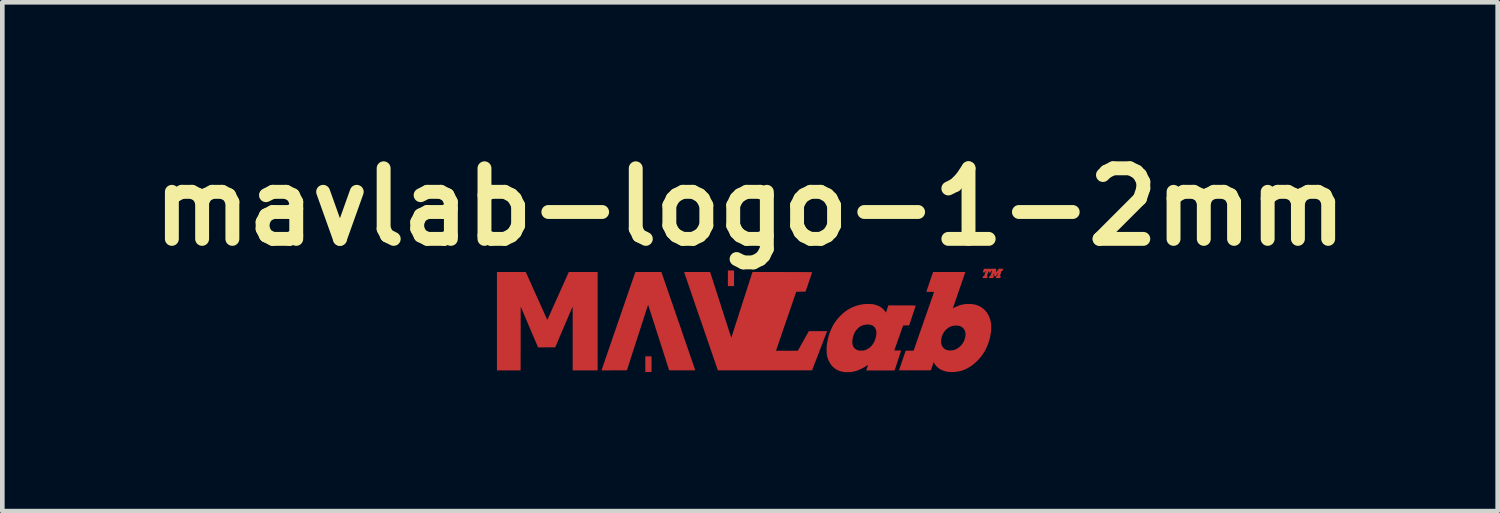
<source format=kicad_pcb>
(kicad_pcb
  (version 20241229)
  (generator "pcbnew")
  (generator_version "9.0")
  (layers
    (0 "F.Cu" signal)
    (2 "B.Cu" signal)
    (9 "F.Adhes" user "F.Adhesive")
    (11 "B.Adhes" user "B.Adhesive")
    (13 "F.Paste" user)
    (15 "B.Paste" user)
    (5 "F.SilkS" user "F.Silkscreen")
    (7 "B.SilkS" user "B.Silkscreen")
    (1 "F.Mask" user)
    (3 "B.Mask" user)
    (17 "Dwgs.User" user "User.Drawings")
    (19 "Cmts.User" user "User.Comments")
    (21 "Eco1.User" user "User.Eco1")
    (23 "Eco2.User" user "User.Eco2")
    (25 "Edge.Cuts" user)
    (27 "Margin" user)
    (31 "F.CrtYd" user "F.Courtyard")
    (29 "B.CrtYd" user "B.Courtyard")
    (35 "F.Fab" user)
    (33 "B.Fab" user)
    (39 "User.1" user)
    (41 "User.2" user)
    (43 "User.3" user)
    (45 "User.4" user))
  (footprint "mavlab-logo-1-2mm"
    (layer "F.Cu")
    (at 13.143 3.868)
    (property "Reference" "mavlab-logo-1-2mm" (at 0 -2.45 0) (layer "F.SilkS") (effects (font (size 1.524 1.524) (thickness 0.3))))
    (attr through_hole)
    (pad "1" smd custom (at -5.25 -0.8) (size 0.3 0.3) (layers "F.Cu" "F.Mask") (options (anchor circle)) (primitives (gr_poly (pts (xy 1.955 1.874) (xy 1.426 1.874) (xy 1.426 1.175) (xy 1.426 1.118) (xy 1.426 1.063) (xy 1.426 1.009) (xy 1.426 0.957) (xy 1.426 0.906) (xy 1.426 0.858) (xy 1.426 0.811) (xy 1.426 0.767) (xy 1.426 0.725) (xy 1.426 0.686) (xy 1.426 0.649) (xy 1.426 0.616) (xy 1.426 0.586) (xy 1.426 0.559) (xy 1.425 0.535) (xy 1.425 0.516) (xy 1.425 0.5) (xy 1.425 0.488) (xy 1.425 0.48) (xy 1.425 0.477) (xy 1.425 0.477) (xy 1.424 0.479) (xy 1.421 0.486) (xy 1.417 0.496) (xy 1.411 0.51) (xy 1.404 0.527) (xy 1.395 0.547) (xy 1.385 0.571) (xy 1.373 0.597) (xy 1.361 0.626) (xy 1.347 0.658) (xy 1.333 0.692) (xy 1.317 0.728) (xy 1.301 0.766) (xy 1.284 0.805) (xy 1.267 0.846) (xy 1.249 0.889) (xy 1.232 0.927) (xy 1.041 1.376) (xy 0.677 1.377) (xy 0.485 0.927) (xy 0.294 0.477) (xy 0.292 1.874) (xy -0.209 1.874) (xy -0.209 -0.241) (xy 0.405 -0.241) (xy 0.635 0.272) (xy 0.656 0.318) (xy 0.676 0.363) (xy 0.696 0.407) (xy 0.715 0.45) (xy 0.734 0.491) (xy 0.751 0.53) (xy 0.768 0.567) (xy 0.784 0.602) (xy 0.798 0.635) (xy 0.812 0.665) (xy 0.824 0.693) (xy 0.835 0.717) (xy 0.845 0.739) (xy 0.853 0.757) (xy 0.86 0.771) (xy 0.865 0.782) (xy 0.868 0.79) (xy 0.87 0.793) (xy 0.87 0.793) (xy 0.874 0.801) (xy 0.877 0.793) (xy 0.879 0.79) (xy 0.882 0.783) (xy 0.886 0.773) (xy 0.893 0.758) (xy 0.901 0.741) (xy 0.91 0.719) (xy 0.921 0.695) (xy 0.933 0.668) (xy 0.947 0.638) (xy 0.961 0.606) (xy 0.977 0.571) (xy 0.993 0.534) (xy 1.011 0.495) (xy 1.029 0.454) (xy 1.048 0.412) (xy 1.068 0.368) (xy 1.088 0.323) (xy 1.109 0.277) (xy 1.111 0.272) (xy 1.34 -0.24) (xy 1.648 -0.241) (xy 1.955 -0.241) (xy 1.955 1.874)) (width 0.01) (fill yes))))
    (pad "1" smd custom (at -2.85 0.85) (size 0.3 0.3) (layers "F.Cu" "F.Mask") (options (anchor circle)) (primitives (gr_poly (pts (xy 0.936 -1.882) (xy 0.937 -1.879) (xy 0.94 -1.872) (xy 0.944 -1.861) (xy 0.949 -1.846) (xy 0.955 -1.827) (xy 0.963 -1.804) (xy 0.972 -1.778) (xy 0.982 -1.748) (xy 0.994 -1.715) (xy 1.006 -1.679) (xy 1.02 -1.64) (xy 1.034 -1.599) (xy 1.049 -1.554) (xy 1.066 -1.507) (xy 1.083 -1.457) (xy 1.101 -1.405) (xy 1.119 -1.351) (xy 1.139 -1.294) (xy 1.159 -1.236) (xy 1.18 -1.176) (xy 1.201 -1.114) (xy 1.223 -1.051) (xy 1.245 -0.987) (xy 1.268 -0.921) (xy 1.291 -0.854) (xy 1.299 -0.828) (xy 1.323 -0.761) (xy 1.346 -0.695) (xy 1.368 -0.63) (xy 1.39 -0.566) (xy 1.411 -0.504) (xy 1.432 -0.443) (xy 1.452 -0.384) (xy 1.472 -0.328) (xy 1.491 -0.273) (xy 1.509 -0.22) (xy 1.526 -0.17) (xy 1.543 -0.122) (xy 1.558 -0.076) (xy 1.573 -0.034) (xy 1.587 0.006) (xy 1.6 0.043) (xy 1.611 0.077) (xy 1.622 0.107) (xy 1.631 0.135) (xy 1.639 0.158) (xy 1.646 0.178) (xy 1.652 0.195) (xy 1.656 0.207) (xy 1.659 0.215) (xy 1.66 0.219) (xy 1.66 0.22) (xy 1.66 0.22) (xy 1.66 0.221) (xy 1.658 0.221) (xy 1.656 0.222) (xy 1.653 0.222) (xy 1.648 0.222) (xy 1.641 0.223) (xy 1.632 0.223) (xy 1.621 0.223) (xy 1.608 0.223) (xy 1.592 0.223) (xy 1.573 0.223) (xy 1.551 0.223) (xy 1.525 0.223) (xy 1.496 0.223) (xy 1.463 0.223) (xy 1.426 0.223) (xy 1.385 0.223) (xy 1.108 0.223) (xy 0.88 -0.49) (xy 0.862 -0.545) (xy 0.844 -0.6) (xy 0.827 -0.653) (xy 0.811 -0.705) (xy 0.795 -0.755) (xy 0.779 -0.804) (xy 0.764 -0.85) (xy 0.75 -0.895) (xy 0.736 -0.937) (xy 0.723 -0.976) (xy 0.712 -1.013) (xy 0.701 -1.047) (xy 0.69 -1.079) (xy 0.681 -1.107) (xy 0.673 -1.132) (xy 0.666 -1.153) (xy 0.66 -1.171) (xy 0.656 -1.185) (xy 0.653 -1.196) (xy 0.65 -1.202) (xy 0.65 -1.204) (xy 0.649 -1.202) (xy 0.647 -1.195) (xy 0.643 -1.185) (xy 0.639 -1.171) (xy 0.633 -1.153) (xy 0.626 -1.131) (xy 0.617 -1.106) (xy 0.608 -1.078) (xy 0.598 -1.047) (xy 0.587 -1.012) (xy 0.575 -0.975) (xy 0.562 -0.936) (xy 0.548 -0.894) (xy 0.534 -0.849) (xy 0.519 -0.803) (xy 0.503 -0.754) (xy 0.487 -0.704) (xy 0.47 -0.652) (xy 0.453 -0.599) (xy 0.435 -0.544) (xy 0.418 -0.491) (xy 0.188 0.223) (xy -0.081 0.223) (xy -0.35 0.224) (xy -0.345 0.208) (xy -0.344 0.205) (xy -0.341 0.198) (xy -0.337 0.186) (xy -0.332 0.171) (xy -0.325 0.151) (xy -0.317 0.128) (xy -0.308 0.102) (xy -0.298 0.072) (xy -0.286 0.039) (xy -0.274 0.002) (xy -0.26 -0.037) (xy -0.246 -0.079) (xy -0.23 -0.124) (xy -0.214 -0.171) (xy -0.197 -0.221) (xy -0.179 -0.274) (xy -0.16 -0.328) (xy -0.141 -0.384) (xy -0.121 -0.443) (xy -0.1 -0.503) (xy -0.079 -0.565) (xy -0.057 -0.628) (xy -0.035 -0.692) (xy -0.012 -0.758) (xy 0.011 -0.825) (xy 0.017 -0.842) (xy 0.04 -0.909) (xy 0.062 -0.975) (xy 0.085 -1.039) (xy 0.106 -1.103) (xy 0.128 -1.165) (xy 0.149 -1.225) (xy 0.169 -1.284) (xy 0.188 -1.34) (xy 0.207 -1.395) (xy 0.225 -1.447) (xy 0.242 -1.498) (xy 0.259 -1.545) (xy 0.274 -1.59) (xy 0.289 -1.633) (xy 0.303 -1.673) (xy 0.315 -1.709) (xy 0.327 -1.743) (xy 0.338 -1.773) (xy 0.347 -1.8) (xy 0.355 -1.824) (xy 0.362 -1.843) (xy 0.367 -1.859) (xy 0.371 -1.871) (xy 0.374 -1.879) (xy 0.376 -1.883) (xy 0.376 -1.884) (xy 0.379 -1.891) (xy 0.933 -1.891) (xy 0.936 -1.882)) (width 0.01) (fill yes))))
    (pad "1" smd custom (at -2.2 0.95) (size 0.1 0.1) (layers "F.Cu" "F.Mask") (options (anchor circle)) (primitives (gr_poly (pts (xy 0.069 0.158) (xy -0.056 0.158) (xy -0.056 -0.17) (xy 0.069 -0.17) (xy 0.069 0.158)) (width 0.01) (fill yes))))
    (pad "1" smd custom (at -1.05 -0.8) (size 0.3 0.3) (layers "F.Cu" "F.Mask") (options (anchor circle)) (primitives (gr_poly (pts (xy -0.147 -0.241) (xy -0.113 -0.241) (xy -0.09 -0.241) (xy 0.185 -0.24) (xy 0.415 0.475) (xy 0.432 0.531) (xy 0.45 0.585) (xy 0.467 0.639) (xy 0.484 0.691) (xy 0.5 0.741) (xy 0.516 0.789) (xy 0.531 0.836) (xy 0.545 0.88) (xy 0.559 0.922) (xy 0.571 0.962) (xy 0.583 0.999) (xy 0.594 1.033) (xy 0.605 1.064) (xy 0.614 1.092) (xy 0.622 1.117) (xy 0.629 1.139) (xy 0.635 1.157) (xy 0.639 1.171) (xy 0.643 1.181) (xy 0.645 1.187) (xy 0.646 1.189) (xy 0.646 1.187) (xy 0.649 1.18) (xy 0.652 1.17) (xy 0.657 1.155) (xy 0.663 1.137) (xy 0.67 1.115) (xy 0.678 1.09) (xy 0.687 1.062) (xy 0.697 1.03) (xy 0.708 0.996) (xy 0.72 0.958) (xy 0.733 0.918) (xy 0.747 0.876) (xy 0.761 0.832) (xy 0.776 0.785) (xy 0.792 0.737) (xy 0.808 0.686) (xy 0.825 0.634) (xy 0.842 0.581) (xy 0.86 0.526) (xy 0.876 0.475) (xy 0.894 0.42) (xy 0.911 0.365) (xy 0.929 0.312) (xy 0.945 0.26) (xy 0.961 0.21) (xy 0.977 0.161) (xy 0.992 0.115) (xy 1.006 0.07) (xy 1.02 0.028) (xy 1.033 -0.011) (xy 1.045 -0.048) (xy 1.056 -0.083) (xy 1.066 -0.114) (xy 1.075 -0.142) (xy 1.083 -0.167) (xy 1.09 -0.189) (xy 1.096 -0.207) (xy 1.101 -0.221) (xy 1.104 -0.231) (xy 1.106 -0.238) (xy 1.107 -0.239) (xy 1.11 -0.24) (xy 1.117 -0.24) (xy 1.129 -0.24) (xy 1.145 -0.24) (xy 1.166 -0.24) (xy 1.191 -0.241) (xy 1.22 -0.241) (xy 1.255 -0.241) (xy 1.293 -0.241) (xy 1.336 -0.241) (xy 1.383 -0.241) (xy 1.434 -0.241) (xy 1.49 -0.24) (xy 1.55 -0.24) (xy 1.614 -0.24) (xy 1.682 -0.24) (xy 1.748 -0.24) (xy 2.386 -0.238) (xy 2.316 -0.032) (xy 2.245 0.174) (xy 2.145 0.175) (xy 2.045 0.175) (xy 1.824 0.816) (xy 1.806 0.869) (xy 1.789 0.92) (xy 1.771 0.97) (xy 1.755 1.019) (xy 1.739 1.066) (xy 1.723 1.112) (xy 1.708 1.155) (xy 1.694 1.196) (xy 1.681 1.235) (xy 1.668 1.271) (xy 1.657 1.305) (xy 1.646 1.335) (xy 1.637 1.363) (xy 1.628 1.388) (xy 1.621 1.409) (xy 1.615 1.427) (xy 1.61 1.441) (xy 1.607 1.451) (xy 1.605 1.457) (xy 1.604 1.459) (xy 1.606 1.459) (xy 1.613 1.459) (xy 1.624 1.459) (xy 1.638 1.459) (xy 1.656 1.46) (xy 1.676 1.46) (xy 1.7 1.46) (xy 1.726 1.46) (xy 1.754 1.46) (xy 1.785 1.46) (xy 1.816 1.46) (xy 1.845 1.46) (xy 2.085 1.459) (xy 2.323 1.036) (xy 2.706 1.036) (xy 2.705 1.042) (xy 2.704 1.045) (xy 2.701 1.052) (xy 2.697 1.062) (xy 2.692 1.077) (xy 2.685 1.095) (xy 2.677 1.116) (xy 2.668 1.14) (xy 2.657 1.167) (xy 2.646 1.196) (xy 2.634 1.228) (xy 2.621 1.263) (xy 2.607 1.299) (xy 2.592 1.337) (xy 2.577 1.376) (xy 2.561 1.417) (xy 2.545 1.459) (xy 2.545 1.46) (xy 2.386 1.873) (xy 1.373 1.873) (xy 1.304 1.873) (xy 1.238 1.873) (xy 1.172 1.873) (xy 1.108 1.873) (xy 1.045 1.873) (xy 0.984 1.873) (xy 0.925 1.873) (xy 0.869 1.873) (xy 0.814 1.873) (xy 0.762 1.873) (xy 0.712 1.873) (xy 0.665 1.873) (xy 0.62 1.873) (xy 0.579 1.873) (xy 0.541 1.873) (xy 0.506 1.873) (xy 0.474 1.873) (xy 0.446 1.873) (xy 0.422 1.873) (xy 0.401 1.873) (xy 0.384 1.873) (xy 0.372 1.873) (xy 0.364 1.873) (xy 0.36 1.873) (xy 0.36 1.873) (xy 0.359 1.871) (xy 0.357 1.865) (xy 0.353 1.854) (xy 0.348 1.839) (xy 0.342 1.821) (xy 0.334 1.799) (xy 0.325 1.774) (xy 0.315 1.744) (xy 0.304 1.712) (xy 0.292 1.677) (xy 0.279 1.638) (xy 0.264 1.597) (xy 0.249 1.552) (xy 0.233 1.506) (xy 0.216 1.456) (xy 0.198 1.404) (xy 0.18 1.35) (xy 0.16 1.294) (xy 0.14 1.236) (xy 0.12 1.176) (xy 0.099 1.115) (xy 0.077 1.052) (xy 0.055 0.987) (xy 0.032 0.921) (xy 0.009 0.854) (xy -0.004 0.817) (xy -0.027 0.75) (xy -0.05 0.683) (xy -0.073 0.618) (xy -0.095 0.554) (xy -0.116 0.491) (xy -0.137 0.43) (xy -0.157 0.371) (xy -0.177 0.314) (xy -0.196 0.259) (xy -0.214 0.206) (xy -0.231 0.155) (xy -0.248 0.107) (xy -0.263 0.061) (xy -0.278 0.018) (xy -0.292 -0.022) (xy -0.305 -0.059) (xy -0.316 -0.093) (xy -0.327 -0.124) (xy -0.336 -0.152) (xy -0.344 -0.176) (xy -0.351 -0.196) (xy -0.357 -0.213) (xy -0.361 -0.226) (xy -0.364 -0.234) (xy -0.365 -0.239) (xy -0.366 -0.24) (xy -0.363 -0.24) (xy -0.356 -0.24) (xy -0.346 -0.24) (xy -0.331 -0.24) (xy -0.313 -0.241) (xy -0.292 -0.241) (xy -0.267 -0.241) (xy -0.241 -0.241) (xy -0.211 -0.241) (xy -0.18 -0.241) (xy -0.147 -0.241)) (width 0.01) (fill yes))))
    (pad "1" smd custom (at -0.4 -0.9) (size 0.1 0.1) (layers "F.Cu" "F.Mask") (options (anchor circle)) (primitives (gr_poly (pts (xy 0.05 0.153) (xy -0.073 0.154) (xy -0.073 -0.174) (xy 0.051 -0.174) (xy 0.05 0.153)) (width 0.01) (fill yes))))
    (pad "1" smd custom (at 2.85 0.85) (size 0.3 0.3) (layers "F.Cu" "F.Mask") (options (anchor circle)) (primitives (gr_poly (pts (xy -0.282 -1.2) (xy -0.262 -1.199) (xy -0.244 -1.199) (xy -0.229 -1.198) (xy -0.217 -1.197) (xy -0.213 -1.197) (xy -0.168 -1.189) (xy -0.126 -1.177) (xy -0.087 -1.163) (xy -0.052 -1.145) (xy -0.018 -1.123) (xy 0.012 -1.098) (xy 0.041 -1.069) (xy 0.067 -1.037) (xy 0.073 -1.028) (xy 0.078 -1.021) (xy 0.083 -1.014) (xy 0.086 -1.01) (xy 0.087 -1.009) (xy 0.088 -1.012) (xy 0.09 -1.018) (xy 0.094 -1.027) (xy 0.098 -1.039) (xy 0.103 -1.054) (xy 0.108 -1.071) (xy 0.114 -1.089) (xy 0.14 -1.169) (xy 0.431 -1.169) (xy 0.474 -1.169) (xy 0.512 -1.169) (xy 0.547 -1.169) (xy 0.577 -1.169) (xy 0.603 -1.169) (xy 0.627 -1.168) (xy 0.646 -1.168) (xy 0.663 -1.168) (xy 0.678 -1.168) (xy 0.689 -1.168) (xy 0.699 -1.168) (xy 0.706 -1.167) (xy 0.712 -1.167) (xy 0.716 -1.167) (xy 0.719 -1.166) (xy 0.72 -1.166) (xy 0.721 -1.165) (xy 0.721 -1.165) (xy 0.721 -1.165) (xy 0.72 -1.162) (xy 0.718 -1.155) (xy 0.715 -1.145) (xy 0.71 -1.131) (xy 0.704 -1.113) (xy 0.697 -1.093) (xy 0.69 -1.071) (xy 0.682 -1.046) (xy 0.673 -1.02) (xy 0.663 -0.991) (xy 0.654 -0.962) (xy 0.651 -0.954) (xy 0.582 -0.747) (xy 0.517 -0.747) (xy 0.453 -0.746) (xy 0.448 -0.733) (xy 0.444 -0.722) (xy 0.439 -0.708) (xy 0.433 -0.691) (xy 0.426 -0.672) (xy 0.418 -0.65) (xy 0.409 -0.625) (xy 0.4 -0.6) (xy 0.39 -0.572) (xy 0.38 -0.544) (xy 0.37 -0.515) (xy 0.359 -0.485) (xy 0.349 -0.455) (xy 0.338 -0.425) (xy 0.328 -0.396) (xy 0.318 -0.368) (xy 0.308 -0.341) (xy 0.299 -0.315) (xy 0.29 -0.291) (xy 0.283 -0.269) (xy 0.276 -0.249) (xy 0.27 -0.232) (xy 0.265 -0.219) (xy 0.261 -0.208) (xy 0.259 -0.201) (xy 0.258 -0.199) (xy 0.258 -0.198) (xy 0.26 -0.198) (xy 0.267 -0.198) (xy 0.276 -0.197) (xy 0.289 -0.197) (xy 0.304 -0.197) (xy 0.321 -0.197) (xy 0.332 -0.197) (xy 0.35 -0.197) (xy 0.366 -0.196) (xy 0.38 -0.196) (xy 0.392 -0.196) (xy 0.4 -0.196) (xy 0.405 -0.196) (xy 0.406 -0.196) (xy 0.405 -0.194) (xy 0.403 -0.187) (xy 0.4 -0.177) (xy 0.395 -0.164) (xy 0.39 -0.147) (xy 0.383 -0.127) (xy 0.376 -0.105) (xy 0.368 -0.081) (xy 0.359 -0.054) (xy 0.35 -0.026) (xy 0.34 0.004) (xy 0.337 0.015) (xy 0.268 0.225) (xy -0.034 0.225) (xy -0.071 0.226) (xy -0.106 0.226) (xy -0.14 0.226) (xy -0.173 0.226) (xy -0.203 0.225) (xy -0.23 0.225) (xy -0.255 0.225) (xy -0.278 0.225) (xy -0.297 0.225) (xy -0.312 0.225) (xy -0.324 0.225) (xy -0.332 0.225) (xy -0.335 0.224) (xy -0.335 0.224) (xy -0.335 0.222) (xy -0.332 0.215) (xy -0.329 0.206) (xy -0.325 0.194) (xy -0.32 0.179) (xy -0.314 0.164) (xy -0.313 0.16) (xy -0.307 0.144) (xy -0.302 0.13) (xy -0.297 0.117) (xy -0.294 0.107) (xy -0.291 0.1) (xy -0.29 0.097) (xy -0.29 0.097) (xy -0.292 0.098) (xy -0.298 0.101) (xy -0.305 0.106) (xy -0.315 0.112) (xy -0.321 0.116) (xy -0.37 0.147) (xy -0.417 0.173) (xy -0.462 0.196) (xy -0.506 0.216) (xy -0.549 0.232) (xy -0.592 0.244) (xy -0.634 0.253) (xy -0.659 0.257) (xy -0.673 0.259) (xy -0.69 0.26) (xy -0.709 0.261) (xy -0.729 0.262) (xy -0.75 0.262) (xy -0.769 0.262) (xy -0.785 0.261) (xy -0.799 0.261) (xy -0.799 0.261) (xy -0.845 0.254) (xy -0.889 0.244) (xy -0.931 0.23) (xy -0.969 0.212) (xy -1.005 0.191) (xy -1.037 0.166) (xy -1.068 0.138) (xy -1.095 0.105) (xy -1.11 0.084) (xy -1.131 0.049) (xy -1.149 0.013) (xy -1.164 -0.025) (xy -1.176 -0.065) (xy -1.185 -0.106) (xy -1.186 -0.116) (xy -1.188 -0.125) (xy -1.189 -0.133) (xy -1.189 -0.141) (xy -1.19 -0.151) (xy -1.19 -0.162) (xy -1.191 -0.175) (xy -1.191 -0.192) (xy -1.191 -0.213) (xy -1.191 -0.214) (xy -1.191 -0.242) (xy -1.19 -0.267) (xy -1.19 -0.287) (xy -1.189 -0.303) (xy -1.188 -0.312) (xy -1.177 -0.381) (xy -0.646 -0.381) (xy -0.644 -0.351) (xy -0.639 -0.323) (xy -0.639 -0.322) (xy -0.63 -0.295) (xy -0.618 -0.271) (xy -0.602 -0.25) (xy -0.582 -0.232) (xy -0.56 -0.218) (xy -0.534 -0.206) (xy -0.506 -0.198) (xy -0.487 -0.194) (xy -0.474 -0.193) (xy -0.459 -0.193) (xy -0.442 -0.193) (xy -0.425 -0.194) (xy -0.409 -0.195) (xy -0.395 -0.197) (xy -0.391 -0.198) (xy -0.357 -0.207) (xy -0.324 -0.221) (xy -0.292 -0.239) (xy -0.263 -0.26) (xy -0.235 -0.285) (xy -0.21 -0.314) (xy -0.187 -0.346) (xy -0.167 -0.38) (xy -0.15 -0.417) (xy -0.142 -0.44) (xy -0.132 -0.472) (xy -0.125 -0.504) (xy -0.12 -0.536) (xy -0.117 -0.566) (xy -0.117 -0.594) (xy -0.118 -0.604) (xy -0.123 -0.635) (xy -0.132 -0.662) (xy -0.144 -0.687) (xy -0.159 -0.708) (xy -0.177 -0.726) (xy -0.199 -0.741) (xy -0.224 -0.753) (xy -0.252 -0.761) (xy -0.274 -0.765) (xy -0.309 -0.767) (xy -0.345 -0.765) (xy -0.38 -0.76) (xy -0.414 -0.75) (xy -0.446 -0.737) (xy -0.447 -0.737) (xy -0.467 -0.727) (xy -0.484 -0.716) (xy -0.501 -0.703) (xy -0.519 -0.687) (xy -0.532 -0.675) (xy -0.552 -0.653) (xy -0.569 -0.632) (xy -0.584 -0.611) (xy -0.597 -0.587) (xy -0.601 -0.579) (xy -0.614 -0.547) (xy -0.626 -0.514) (xy -0.634 -0.481) (xy -0.641 -0.447) (xy -0.645 -0.413) (xy -0.646 -0.381) (xy -1.177 -0.381) (xy -1.176 -0.387) (xy -1.161 -0.459) (xy -1.143 -0.528) (xy -1.12 -0.595) (xy -1.094 -0.658) (xy -1.065 -0.719) (xy -1.031 -0.777) (xy -0.994 -0.832) (xy -0.954 -0.884) (xy -0.91 -0.933) (xy -0.895 -0.948) (xy -0.848 -0.992) (xy -0.8 -1.032) (xy -0.75 -1.068) (xy -0.698 -1.099) (xy -0.644 -1.126) (xy -0.589 -1.149) (xy -0.532 -1.168) (xy -0.473 -1.183) (xy -0.411 -1.194) (xy -0.387 -1.197) (xy -0.375 -1.198) (xy -0.36 -1.199) (xy -0.342 -1.199) (xy -0.323 -1.2) (xy -0.302 -1.2) (xy -0.282 -1.2)) (width 0.01) (fill yes))))
    (pad "1" smd custom (at 3.7 0.85) (size 0.3 0.3) (layers "F.Cu" "F.Mask") (options (anchor circle)) (primitives (gr_poly (pts (xy 0.638 -1.891) (xy 0.676 -1.891) (xy 0.713 -1.891) (xy 0.748 -1.891) (xy 0.78 -1.891) (xy 0.811 -1.891) (xy 0.839 -1.891) (xy 0.864 -1.891) (xy 0.886 -1.891) (xy 0.904 -1.89) (xy 0.92 -1.89) (xy 0.931 -1.89) (xy 0.938 -1.89) (xy 0.941 -1.89) (xy 0.941 -1.89) (xy 0.941 -1.887) (xy 0.938 -1.881) (xy 0.935 -1.87) (xy 0.93 -1.856) (xy 0.924 -1.839) (xy 0.917 -1.818) (xy 0.909 -1.794) (xy 0.9 -1.767) (xy 0.889 -1.738) (xy 0.879 -1.706) (xy 0.867 -1.672) (xy 0.855 -1.636) (xy 0.842 -1.599) (xy 0.828 -1.559) (xy 0.814 -1.519) (xy 0.806 -1.496) (xy 0.792 -1.455) (xy 0.778 -1.415) (xy 0.765 -1.376) (xy 0.752 -1.339) (xy 0.74 -1.304) (xy 0.729 -1.271) (xy 0.718 -1.24) (xy 0.709 -1.212) (xy 0.7 -1.187) (xy 0.692 -1.164) (xy 0.686 -1.144) (xy 0.68 -1.128) (xy 0.676 -1.116) (xy 0.673 -1.107) (xy 0.671 -1.102) (xy 0.671 -1.101) (xy 0.673 -1.101) (xy 0.678 -1.103) (xy 0.685 -1.107) (xy 0.688 -1.109) (xy 0.719 -1.126) (xy 0.752 -1.141) (xy 0.786 -1.156) (xy 0.818 -1.168) (xy 0.845 -1.177) (xy 0.884 -1.187) (xy 0.922 -1.194) (xy 0.961 -1.199) (xy 1.002 -1.201) (xy 1.024 -1.201) (xy 1.075 -1.199) (xy 1.122 -1.193) (xy 1.168 -1.184) (xy 1.21 -1.171) (xy 1.25 -1.153) (xy 1.288 -1.132) (xy 1.323 -1.107) (xy 1.356 -1.078) (xy 1.387 -1.045) (xy 1.388 -1.044) (xy 1.415 -1.008) (xy 1.439 -0.969) (xy 1.459 -0.927) (xy 1.476 -0.883) (xy 1.489 -0.837) (xy 1.497 -0.796) (xy 1.498 -0.782) (xy 1.5 -0.764) (xy 1.501 -0.744) (xy 1.502 -0.723) (xy 1.502 -0.701) (xy 1.502 -0.679) (xy 1.502 -0.658) (xy 1.501 -0.64) (xy 1.5 -0.632) (xy 1.492 -0.566) (xy 1.48 -0.5) (xy 1.464 -0.435) (xy 1.444 -0.371) (xy 1.421 -0.308) (xy 1.394 -0.248) (xy 1.364 -0.19) (xy 1.353 -0.172) (xy 1.32 -0.121) (xy 1.283 -0.072) (xy 1.243 -0.024) (xy 1.201 0.021) (xy 1.156 0.063) (xy 1.11 0.102) (xy 1.062 0.136) (xy 1.053 0.142) (xy 1.003 0.172) (xy 0.952 0.198) (xy 0.9 0.219) (xy 0.846 0.236) (xy 0.791 0.248) (xy 0.736 0.256) (xy 0.679 0.26) (xy 0.628 0.259) (xy 0.58 0.255) (xy 0.535 0.247) (xy 0.492 0.236) (xy 0.452 0.221) (xy 0.415 0.203) (xy 0.381 0.181) (xy 0.35 0.156) (xy 0.34 0.146) (xy 0.326 0.132) (xy 0.313 0.117) (xy 0.301 0.102) (xy 0.289 0.084) (xy 0.277 0.064) (xy 0.264 0.043) (xy 0.262 0.041) (xy 0.262 0.041) (xy 0.261 0.044) (xy 0.259 0.05) (xy 0.255 0.06) (xy 0.251 0.072) (xy 0.246 0.088) (xy 0.24 0.105) (xy 0.234 0.124) (xy 0.231 0.133) (xy 0.201 0.223) (xy -0.138 0.223) (xy -0.177 0.223) (xy -0.215 0.223) (xy -0.251 0.223) (xy -0.286 0.223) (xy -0.318 0.223) (xy -0.348 0.223) (xy -0.376 0.223) (xy -0.401 0.223) (xy -0.423 0.223) (xy -0.441 0.223) (xy -0.456 0.223) (xy -0.467 0.223) (xy -0.474 0.222) (xy -0.476 0.222) (xy -0.477 0.222) (xy -0.476 0.22) (xy -0.474 0.214) (xy -0.47 0.203) (xy -0.466 0.19) (xy -0.46 0.173) (xy -0.453 0.153) (xy -0.446 0.131) (xy -0.437 0.107) (xy -0.428 0.08) (xy -0.419 0.052) (xy -0.409 0.023) (xy -0.406 0.014) (xy -0.335 -0.192) (xy -0.165 -0.192) (xy -0.161 -0.205) (xy -0.159 -0.209) (xy -0.156 -0.217) (xy -0.152 -0.229) (xy -0.147 -0.245) (xy -0.14 -0.264) (xy -0.132 -0.286) (xy -0.124 -0.311) (xy -0.114 -0.339) (xy -0.103 -0.37) (xy -0.094 -0.396) (xy 0.42 -0.396) (xy 0.422 -0.364) (xy 0.428 -0.334) (xy 0.437 -0.307) (xy 0.45 -0.282) (xy 0.467 -0.259) (xy 0.471 -0.255) (xy 0.492 -0.236) (xy 0.515 -0.221) (xy 0.542 -0.209) (xy 0.571 -0.201) (xy 0.587 -0.198) (xy 0.595 -0.197) (xy 0.607 -0.197) (xy 0.621 -0.197) (xy 0.635 -0.197) (xy 0.648 -0.198) (xy 0.659 -0.198) (xy 0.665 -0.199) (xy 0.701 -0.206) (xy 0.736 -0.218) (xy 0.769 -0.234) (xy 0.801 -0.254) (xy 0.831 -0.279) (xy 0.86 -0.307) (xy 0.886 -0.339) (xy 0.89 -0.344) (xy 0.907 -0.371) (xy 0.923 -0.401) (xy 0.935 -0.432) (xy 0.945 -0.463) (xy 0.953 -0.496) (xy 0.957 -0.527) (xy 0.958 -0.557) (xy 0.955 -0.585) (xy 0.954 -0.592) (xy 0.947 -0.618) (xy 0.936 -0.643) (xy 0.922 -0.666) (xy 0.906 -0.687) (xy 0.887 -0.704) (xy 0.881 -0.709) (xy 0.856 -0.723) (xy 0.829 -0.733) (xy 0.8 -0.741) (xy 0.77 -0.744) (xy 0.738 -0.745) (xy 0.706 -0.742) (xy 0.674 -0.736) (xy 0.643 -0.727) (xy 0.613 -0.714) (xy 0.585 -0.699) (xy 0.577 -0.694) (xy 0.545 -0.669) (xy 0.516 -0.642) (xy 0.491 -0.611) (xy 0.469 -0.578) (xy 0.451 -0.543) (xy 0.437 -0.505) (xy 0.428 -0.468) (xy 0.422 -0.43) (xy 0.42 -0.396) (xy -0.094 -0.396) (xy -0.092 -0.403) (xy -0.079 -0.439) (xy -0.066 -0.476) (xy -0.053 -0.515) (xy -0.039 -0.555) (xy -0.024 -0.597) (xy -0.009 -0.64) (xy 0.006 -0.684) (xy 0.022 -0.729) (xy 0.038 -0.774) (xy 0.054 -0.819) (xy 0.069 -0.865) (xy 0.085 -0.91) (xy 0.101 -0.955) (xy 0.117 -1) (xy 0.132 -1.043) (xy 0.147 -1.086) (xy 0.161 -1.128) (xy 0.175 -1.168) (xy 0.189 -1.206) (xy 0.201 -1.243) (xy 0.214 -1.278) (xy 0.225 -1.31) (xy 0.235 -1.34) (xy 0.245 -1.368) (xy 0.254 -1.392) (xy 0.261 -1.413) (xy 0.267 -1.432) (xy 0.272 -1.446) (xy 0.276 -1.457) (xy 0.279 -1.464) (xy 0.28 -1.467) (xy 0.28 -1.467) (xy 0.28 -1.468) (xy 0.279 -1.469) (xy 0.277 -1.47) (xy 0.274 -1.47) (xy 0.268 -1.471) (xy 0.259 -1.471) (xy 0.248 -1.471) (xy 0.233 -1.471) (xy 0.215 -1.472) (xy 0.197 -1.472) (xy 0.113 -1.472) (xy 0.169 -1.637) (xy 0.179 -1.665) (xy 0.188 -1.693) (xy 0.197 -1.72) (xy 0.206 -1.745) (xy 0.214 -1.769) (xy 0.222 -1.791) (xy 0.228 -1.811) (xy 0.234 -1.827) (xy 0.238 -1.84) (xy 0.241 -1.847) (xy 0.256 -1.891) (xy 0.599 -1.891) (xy 0.638 -1.891)) (width 0.01) (fill yes))))
    (pad "1" smd custom (at 5.21 -1.09) (size 0.03 0.03) (layers "F.Cu" "F.Mask") (options (anchor circle)) (primitives (gr_poly (pts (xy 0.099 0.026) (xy 0.098 0.073) (xy 0.162 -0.021) (xy 0.251 -0.021) (xy 0.245 -0.002) (xy 0.238 0.016) (xy 0.219 0.016) (xy 0.2 0.072) (xy 0.195 0.088) (xy 0.19 0.102) (xy 0.186 0.113) (xy 0.183 0.123) (xy 0.181 0.129) (xy 0.18 0.131) (xy 0.181 0.133) (xy 0.186 0.134) (xy 0.189 0.134) (xy 0.195 0.135) (xy 0.197 0.136) (xy 0.197 0.137) (xy 0.196 0.14) (xy 0.194 0.147) (xy 0.191 0.155) (xy 0.191 0.155) (xy 0.186 0.171) (xy 0.144 0.171) (xy 0.129 0.171) (xy 0.118 0.171) (xy 0.11 0.17) (xy 0.106 0.17) (xy 0.104 0.169) (xy 0.104 0.168) (xy 0.105 0.165) (xy 0.107 0.158) (xy 0.11 0.15) (xy 0.11 0.15) (xy 0.113 0.141) (xy 0.115 0.137) (xy 0.118 0.135) (xy 0.121 0.134) (xy 0.122 0.134) (xy 0.128 0.133) (xy 0.131 0.13) (xy 0.132 0.127) (xy 0.135 0.12) (xy 0.139 0.11) (xy 0.143 0.098) (xy 0.148 0.084) (xy 0.149 0.082) (xy 0.154 0.068) (xy 0.159 0.055) (xy 0.163 0.045) (xy 0.166 0.036) (xy 0.168 0.032) (xy 0.168 0.031) (xy 0.169 0.028) (xy 0.169 0.027) (xy 0.169 0.027) (xy 0.167 0.029) (xy 0.164 0.033) (xy 0.159 0.04) (xy 0.152 0.049) (xy 0.144 0.062) (xy 0.132 0.078) (xy 0.132 0.079) (xy 0.097 0.131) (xy 0.081 0.131) (xy 0.066 0.132) (xy 0.067 0.08) (xy 0.069 0.029) (xy 0.055 0.071) (xy 0.05 0.084) (xy 0.046 0.098) (xy 0.042 0.109) (xy 0.039 0.118) (xy 0.038 0.123) (xy 0.034 0.134) (xy 0.041 0.134) (xy 0.046 0.135) (xy 0.047 0.137) (xy 0.046 0.14) (xy 0.044 0.147) (xy 0.041 0.155) (xy 0.041 0.155) (xy 0.036 0.171) (xy -0.005 0.171) (xy -0.019 0.171) (xy -0.03 0.171) (xy -0.039 0.17) (xy -0.045 0.17) (xy -0.047 0.169) (xy -0.046 0.166) (xy -0.044 0.16) (xy -0.042 0.152) (xy -0.041 0.151) (xy -0.036 0.135) (xy -0.026 0.134) (xy -0.016 0.133) (xy 0.003 0.077) (xy 0.008 0.061) (xy 0.013 0.048) (xy 0.017 0.036) (xy 0.02 0.026) (xy 0.022 0.02) (xy 0.022 0.018) (xy 0.02 0.017) (xy 0.015 0.016) (xy 0.013 0.016) (xy 0.004 0.016) (xy 0.01 -0.002) (xy 0.016 -0.021) (xy 0.1 -0.021) (xy 0.099 0.026)) (width 0.01) (fill yes)) (gr_poly (pts (xy -0.013 -0.02) (xy -0.003 -0.02) (xy 0.002 -0.02) (xy 0.004 -0.02) (xy 0.003 -0.018) (xy 0.002 -0.012) (xy -0.000473 -0.006) (xy -0.003 0.003) (xy -0.007 0.014) (xy -0.01 0.026) (xy -0.011 0.028) (xy -0.017 0.049) (xy -0.049 0.049) (xy -0.048 0.032) (xy -0.046 0.016) (xy -0.054 0.017) (xy -0.062 0.017) (xy -0.081 0.072) (xy -0.086 0.087) (xy -0.091 0.101) (xy -0.095 0.113) (xy -0.098 0.122) (xy -0.099 0.128) (xy -0.1 0.13) (xy -0.099 0.133) (xy -0.095 0.134) (xy -0.092 0.134) (xy -0.086 0.135) (xy -0.084 0.137) (xy -0.084 0.137) (xy -0.086 0.14) (xy -0.088 0.147) (xy -0.091 0.155) (xy -0.091 0.155) (xy -0.096 0.171) (xy -0.183 0.171) (xy -0.177 0.153) (xy -0.171 0.134) (xy -0.151 0.134) (xy -0.133 0.08) (xy -0.128 0.065) (xy -0.123 0.051) (xy -0.119 0.039) (xy -0.116 0.03) (xy -0.113 0.023) (xy -0.113 0.021) (xy -0.112 0.018) (xy -0.114 0.017) (xy -0.118 0.017) (xy -0.12 0.017) (xy -0.125 0.017) (xy -0.128 0.019) (xy -0.131 0.023) (xy -0.135 0.029) (xy -0.138 0.033) (xy -0.147 0.049) (xy -0.163 0.049) (xy -0.171 0.048) (xy -0.176 0.048) (xy -0.178 0.047) (xy -0.178 0.045) (xy -0.178 0.045) (xy -0.176 0.041) (xy -0.174 0.034) (xy -0.171 0.024) (xy -0.167 0.013) (xy -0.166 0.011) (xy -0.156 -0.02) (xy -0.076 -0.02) (xy -0.057 -0.02) (xy -0.04 -0.02) (xy -0.025 -0.02) (xy -0.013 -0.02)) (width 0.01) (fill yes)))))
  (gr_rect
    (start -3 -3)
    (end 29.285 7.985)
    (stroke (width 0.1) (type default))
    (fill no)
    (layer "Edge.Cuts")))
</source>
